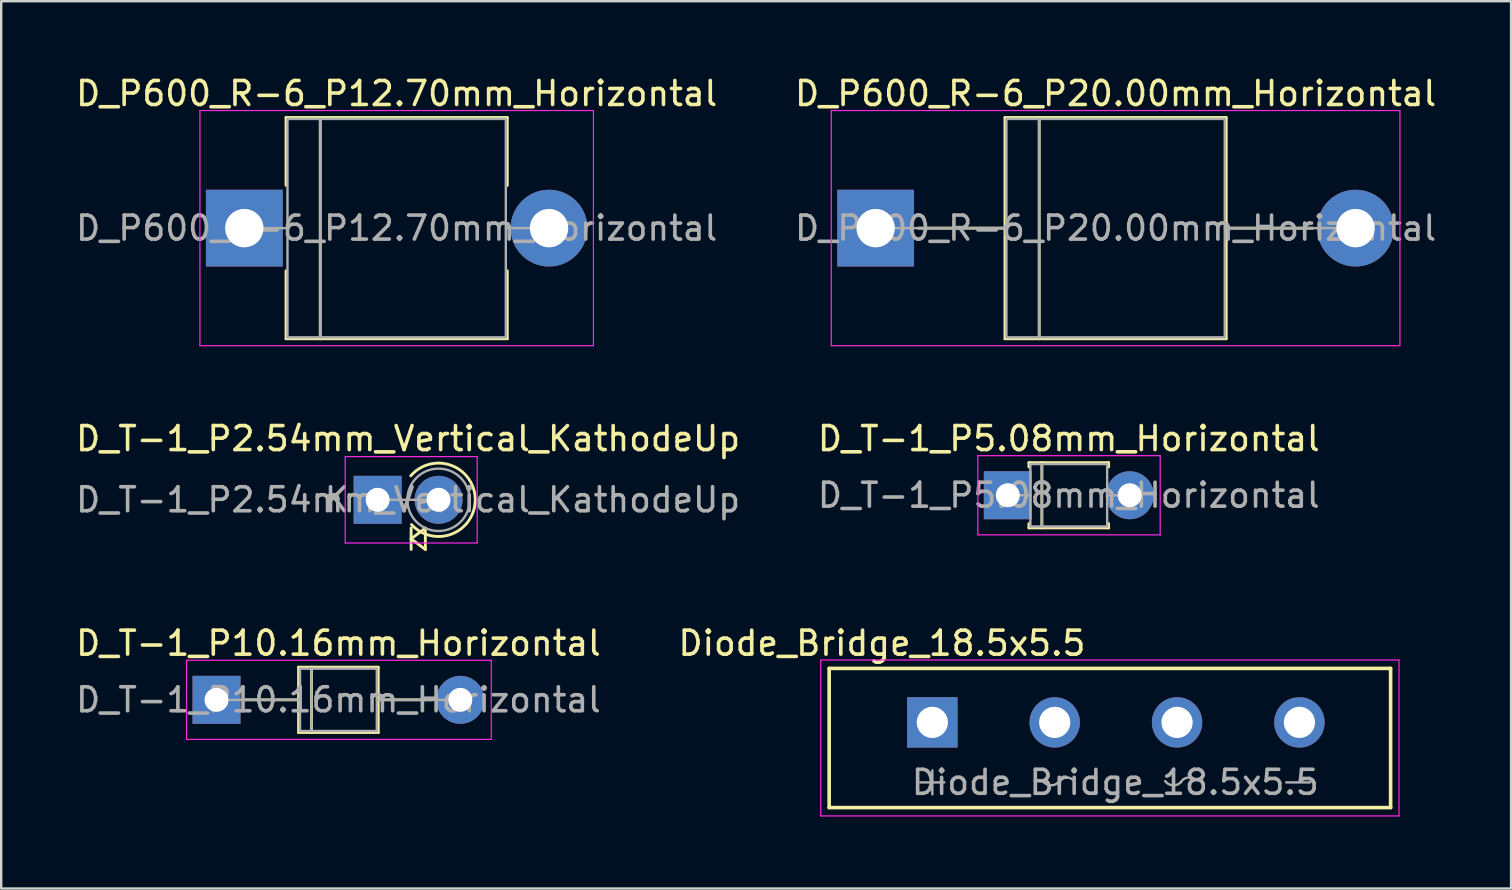
<source format=kicad_pcb>
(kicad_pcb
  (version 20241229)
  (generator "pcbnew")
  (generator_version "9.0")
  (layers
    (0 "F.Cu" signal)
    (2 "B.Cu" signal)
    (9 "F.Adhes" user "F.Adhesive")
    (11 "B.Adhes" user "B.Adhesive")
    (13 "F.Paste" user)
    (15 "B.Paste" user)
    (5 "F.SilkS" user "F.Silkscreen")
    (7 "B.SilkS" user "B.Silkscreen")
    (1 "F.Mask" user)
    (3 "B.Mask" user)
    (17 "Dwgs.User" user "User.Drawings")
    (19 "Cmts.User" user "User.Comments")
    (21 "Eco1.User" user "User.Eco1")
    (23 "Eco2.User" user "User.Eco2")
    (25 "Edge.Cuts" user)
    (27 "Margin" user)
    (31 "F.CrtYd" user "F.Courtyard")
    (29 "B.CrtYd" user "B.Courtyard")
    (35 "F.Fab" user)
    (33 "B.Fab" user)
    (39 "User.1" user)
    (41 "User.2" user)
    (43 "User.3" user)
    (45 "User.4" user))
  (footprint "D_P600_R-6_P20.00mm_Horizontal"
    (layer "F.Cu")
    (at 33.446 6.458)
    (property "Reference" "D_P600_R-6_P20.00mm_Horizontal" (at 10 -5.61 0) (layer "F.SilkS") (effects (font (size 1 1) (thickness 0.15))))
    (attr through_hole)
    (fp_line (start 1.78 0) (end 5.39 0) (stroke (width 0.12) (type solid)) (layer "F.SilkS"))
    (fp_line (start 5.39 -4.61) (end 5.39 4.61) (stroke (width 0.12) (type solid)) (layer "F.SilkS"))
    (fp_line (start 5.39 4.61) (end 14.61 4.61) (stroke (width 0.12) (type solid)) (layer "F.SilkS"))
    (fp_line (start 6.815 -4.61) (end 6.815 4.61) (stroke (width 0.12) (type solid)) (layer "F.SilkS"))
    (fp_line (start 14.61 -4.61) (end 5.39 -4.61) (stroke (width 0.12) (type solid)) (layer "F.SilkS"))
    (fp_line (start 14.61 4.61) (end 14.61 -4.61) (stroke (width 0.12) (type solid)) (layer "F.SilkS"))
    (fp_line (start 18.22 0) (end 14.61 0) (stroke (width 0.12) (type solid)) (layer "F.SilkS"))
    (fp_line (start -1.85 -4.9) (end -1.85 4.9) (stroke (width 0.05) (type solid)) (layer "F.CrtYd"))
    (fp_line (start -1.85 4.9) (end 21.85 4.9) (stroke (width 0.05) (type solid)) (layer "F.CrtYd"))
    (fp_line (start 21.85 -4.9) (end -1.85 -4.9) (stroke (width 0.05) (type solid)) (layer "F.CrtYd"))
    (fp_line (start 21.85 4.9) (end 21.85 -4.9) (stroke (width 0.05) (type solid)) (layer "F.CrtYd"))
    (fp_line (start 0 0) (end 5.45 0) (stroke (width 0.1) (type solid)) (layer "F.Fab"))
    (fp_line (start 5.45 -4.55) (end 5.45 4.55) (stroke (width 0.1) (type solid)) (layer "F.Fab"))
    (fp_line (start 5.45 4.55) (end 14.55 4.55) (stroke (width 0.1) (type solid)) (layer "F.Fab"))
    (fp_line (start 6.815 -4.55) (end 6.815 4.55) (stroke (width 0.1) (type solid)) (layer "F.Fab"))
    (fp_line (start 14.55 -4.55) (end 5.45 -4.55) (stroke (width 0.1) (type solid)) (layer "F.Fab"))
    (fp_line (start 14.55 4.55) (end 14.55 -4.55) (stroke (width 0.1) (type solid)) (layer "F.Fab"))
    (fp_line (start 20 0) (end 14.55 0) (stroke (width 0.1) (type solid)) (layer "F.Fab"))
    (fp_text user "${REFERENCE}" (at 10 0 0) (layer "F.Fab") (effects (font (size 1 1) (thickness 0.15))))
    (pad "1" thru_hole rect (at 0 0) (size 3.2 3.2) (drill 1.6) (layers "*.Cu" "*.Mask"))
    (pad "2" thru_hole oval (at 20 0) (size 3.2 3.2) (drill 1.6) (layers "*.Cu" "*.Mask")))
  (footprint "Diode_Bridge_18.5x5.5"
    (layer "F.Cu")
    (at 51.108 27.058)
    (property "Reference" "Diode_Bridge_18.5x5.5" (at -17.4 -3.3 0) (layer "F.SilkS") (effects (font (size 1 1) (thickness 0.15))))
    (attr through_hole)
    (fp_line (start -19.6 -2.25) (end 3.8 -2.25) (stroke (width 0.15) (type solid)) (layer "F.SilkS"))
    (fp_line (start -19.6 3.55) (end -19.6 -2.25) (stroke (width 0.15) (type solid)) (layer "F.SilkS"))
    (fp_line (start 3.8 -2.25) (end 3.8 3.55) (stroke (width 0.15) (type solid)) (layer "F.SilkS"))
    (fp_line (start 3.8 3.55) (end -19.6 3.55) (stroke (width 0.15) (type solid)) (layer "F.SilkS"))
    (fp_line (start -19.95 -2.6) (end 4.15 -2.6) (stroke (width 0.05) (type solid)) (layer "F.CrtYd"))
    (fp_line (start -19.95 3.9) (end -19.95 -2.6) (stroke (width 0.05) (type solid)) (layer "F.CrtYd"))
    (fp_line (start 4.15 -2.6) (end 4.15 3.9) (stroke (width 0.05) (type solid)) (layer "F.CrtYd"))
    (fp_line (start 4.15 3.9) (end -19.95 3.9) (stroke (width 0.05) (type solid)) (layer "F.CrtYd"))
    (fp_line (start -15.8 2.5) (end -14.8 2.5) (stroke (width 0.1) (type solid)) (layer "F.Fab"))
    (fp_line (start -15.3 2) (end -15.3 3) (stroke (width 0.1) (type solid)) (layer "F.Fab"))
    (fp_line (start -0.55 2.5) (end 0.45 2.5) (stroke (width 0.1) (type solid)) (layer "F.Fab"))
    (fp_arc (start -10.05 2.5) (mid -10.386977 2.62265) (end -10.697537 2.443348) (stroke (width 0.1) (type solid)) (layer "F.Fab"))
    (fp_arc (start -10.05 2.5) (mid -9.771767 2.303327) (end -9.442262 2.390047) (stroke (width 0.1) (type solid)) (layer "F.Fab"))
    (fp_arc (start -4.95 2.5) (mid -5.286977 2.62265) (end -5.597537 2.443348) (stroke (width 0.1) (type solid)) (layer "F.Fab"))
    (fp_arc (start -4.95 2.5) (mid -4.671767 2.303327) (end -4.342262 2.390047) (stroke (width 0.1) (type solid)) (layer "F.Fab"))
    (fp_text user "${REFERENCE}" (at -7.675 2.5 0) (layer "F.Fab") (effects (font (size 1 1) (thickness 0.15))))
    (pad "1" thru_hole circle (at 0 0) (size 2.1 2.1) (drill 1.3) (layers "*.Cu" "*.Mask"))
    (pad "2" thru_hole circle (at -10.2 0) (size 2.1 2.1) (drill 1.3) (layers "*.Cu" "*.Mask"))
    (pad "3" thru_hole rect (at -15.3 0) (size 2.1 2.1) (drill 1.3) (layers "*.Cu" "*.Mask"))
    (pad "4" thru_hole circle (at -5.1 0) (size 2.1 2.1) (drill 1.3) (layers "*.Cu" "*.Mask")))
  (footprint "D_T-1_P2.54mm_Vertical_KathodeUp"
    (layer "F.Cu")
    (at 12.688 17.781)
    (property "Reference" "D_T-1_P2.54mm_Vertical_KathodeUp" (at 1.27 -2.549 0) (layer "F.SilkS") (effects (font (size 1 1) (thickness 0.15))))
    (attr through_hole)
    (fp_line (start 1.397 1.18) (end 1.397 2.069) (stroke (width 0.12) (type solid)) (layer "F.SilkS"))
    (fp_line (start 1.397 1.625) (end 1.99 1.18) (stroke (width 0.12) (type solid)) (layer "F.SilkS"))
    (fp_line (start 1.99 1.18) (end 1.99 2.069) (stroke (width 0.12) (type solid)) (layer "F.SilkS"))
    (fp_line (start 1.99 2.069) (end 1.397 1.625) (stroke (width 0.12) (type solid)) (layer "F.SilkS"))
    (fp_arc (start 1.382778 -1) (mid 4.069276 -0.021846) (end 1.411815 1.032648) (stroke (width 0.12) (type solid)) (layer "F.SilkS"))
    (fp_line (start -1.35 -1.8) (end -1.35 1.8) (stroke (width 0.05) (type solid)) (layer "F.CrtYd"))
    (fp_line (start -1.35 1.8) (end 4.15 1.8) (stroke (width 0.05) (type solid)) (layer "F.CrtYd"))
    (fp_line (start 4.15 -1.8) (end -1.35 -1.8) (stroke (width 0.05) (type solid)) (layer "F.CrtYd"))
    (fp_line (start 4.15 1.8) (end 4.15 -1.8) (stroke (width 0.05) (type solid)) (layer "F.CrtYd"))
    (fp_line (start 0 0) (end 2.54 0) (stroke (width 0.1) (type solid)) (layer "F.Fab"))
    (fp_circle (center 2.54 0) (end 3.84 0) (stroke (width 0.1) (type solid)) (fill no) (layer "F.Fab"))
    (fp_text user "K" (at -1.7 0 0) (layer "F.Fab") (effects (font (size 1 1) (thickness 0.15))))
    (fp_text user "${REFERENCE}" (at 1.27 0 0) (layer "F.Fab") (effects (font (size 1 1) (thickness 0.15))))
    (pad "1" thru_hole rect (at 0 0) (size 2 2) (drill 1) (layers "*.Cu" "*.Mask"))
    (pad "2" thru_hole oval (at 2.54 0) (size 2 2) (drill 1) (layers "*.Cu" "*.Mask")))
  (footprint "D_T-1_P5.08mm_Horizontal"
    (layer "F.Cu")
    (at 38.954 17.591)
    (property "Reference" "D_T-1_P5.08mm_Horizontal" (at 2.54 -2.36 0) (layer "F.SilkS") (effects (font (size 1 1) (thickness 0.15))))
    (attr through_hole)
    (fp_line (start 0.88 -1.36) (end 4.2 -1.36) (stroke (width 0.12) (type solid)) (layer "F.SilkS"))
    (fp_line (start 0.88 -1.18) (end 0.88 -1.36) (stroke (width 0.12) (type solid)) (layer "F.SilkS"))
    (fp_line (start 0.88 1.18) (end 0.88 1.36) (stroke (width 0.12) (type solid)) (layer "F.SilkS"))
    (fp_line (start 0.88 1.36) (end 4.2 1.36) (stroke (width 0.12) (type solid)) (layer "F.SilkS"))
    (fp_line (start 1.42 -1.36) (end 1.42 1.36) (stroke (width 0.12) (type solid)) (layer "F.SilkS"))
    (fp_line (start 4.2 -1.36) (end 4.2 -1.18) (stroke (width 0.12) (type solid)) (layer "F.SilkS"))
    (fp_line (start 4.2 1.36) (end 4.2 1.18) (stroke (width 0.12) (type solid)) (layer "F.SilkS"))
    (fp_line (start -1.25 -1.65) (end -1.25 1.65) (stroke (width 0.05) (type solid)) (layer "F.CrtYd"))
    (fp_line (start -1.25 1.65) (end 6.35 1.65) (stroke (width 0.05) (type solid)) (layer "F.CrtYd"))
    (fp_line (start 6.35 -1.65) (end -1.25 -1.65) (stroke (width 0.05) (type solid)) (layer "F.CrtYd"))
    (fp_line (start 6.35 1.65) (end 6.35 -1.65) (stroke (width 0.05) (type solid)) (layer "F.CrtYd"))
    (fp_line (start 0 0) (end 0.94 0) (stroke (width 0.1) (type solid)) (layer "F.Fab"))
    (fp_line (start 0.94 -1.3) (end 0.94 1.3) (stroke (width 0.1) (type solid)) (layer "F.Fab"))
    (fp_line (start 0.94 1.3) (end 4.14 1.3) (stroke (width 0.1) (type solid)) (layer "F.Fab"))
    (fp_line (start 1.42 -1.3) (end 1.42 1.3) (stroke (width 0.1) (type solid)) (layer "F.Fab"))
    (fp_line (start 4.14 -1.3) (end 0.94 -1.3) (stroke (width 0.1) (type solid)) (layer "F.Fab"))
    (fp_line (start 4.14 1.3) (end 4.14 -1.3) (stroke (width 0.1) (type solid)) (layer "F.Fab"))
    (fp_line (start 5.08 0) (end 4.14 0) (stroke (width 0.1) (type solid)) (layer "F.Fab"))
    (fp_text user "${REFERENCE}" (at 2.54 0 0) (layer "F.Fab") (effects (font (size 1 1) (thickness 0.15))))
    (pad "1" thru_hole rect (at 0 0) (size 2 2) (drill 1) (layers "*.Cu" "*.Mask"))
    (pad "2" thru_hole oval (at 5.08 0) (size 2 2) (drill 1) (layers "*.Cu" "*.Mask")))
  (footprint "D_P600_R-6_P12.70mm_Horizontal"
    (layer "F.Cu")
    (at 7.132 6.458)
    (property "Reference" "D_P600_R-6_P12.70mm_Horizontal" (at 6.35 -5.61 0) (layer "F.SilkS") (effects (font (size 1 1) (thickness 0.15))))
    (attr through_hole)
    (fp_line (start 1.74 -4.61) (end 10.96 -4.61) (stroke (width 0.12) (type solid)) (layer "F.SilkS"))
    (fp_line (start 1.74 -1.78) (end 1.74 -4.61) (stroke (width 0.12) (type solid)) (layer "F.SilkS"))
    (fp_line (start 1.74 1.78) (end 1.74 4.61) (stroke (width 0.12) (type solid)) (layer "F.SilkS"))
    (fp_line (start 1.74 4.61) (end 10.96 4.61) (stroke (width 0.12) (type solid)) (layer "F.SilkS"))
    (fp_line (start 3.165 -4.61) (end 3.165 4.61) (stroke (width 0.12) (type solid)) (layer "F.SilkS"))
    (fp_line (start 10.96 -4.61) (end 10.96 -1.78) (stroke (width 0.12) (type solid)) (layer "F.SilkS"))
    (fp_line (start 10.96 4.61) (end 10.96 1.78) (stroke (width 0.12) (type solid)) (layer "F.SilkS"))
    (fp_line (start -1.85 -4.9) (end -1.85 4.9) (stroke (width 0.05) (type solid)) (layer "F.CrtYd"))
    (fp_line (start -1.85 4.9) (end 14.55 4.9) (stroke (width 0.05) (type solid)) (layer "F.CrtYd"))
    (fp_line (start 14.55 -4.9) (end -1.85 -4.9) (stroke (width 0.05) (type solid)) (layer "F.CrtYd"))
    (fp_line (start 14.55 4.9) (end 14.55 -4.9) (stroke (width 0.05) (type solid)) (layer "F.CrtYd"))
    (fp_line (start 0 0) (end 1.8 0) (stroke (width 0.1) (type solid)) (layer "F.Fab"))
    (fp_line (start 1.8 -4.55) (end 1.8 4.55) (stroke (width 0.1) (type solid)) (layer "F.Fab"))
    (fp_line (start 1.8 4.55) (end 10.9 4.55) (stroke (width 0.1) (type solid)) (layer "F.Fab"))
    (fp_line (start 3.165 -4.55) (end 3.165 4.55) (stroke (width 0.1) (type solid)) (layer "F.Fab"))
    (fp_line (start 10.9 -4.55) (end 1.8 -4.55) (stroke (width 0.1) (type solid)) (layer "F.Fab"))
    (fp_line (start 10.9 4.55) (end 10.9 -4.55) (stroke (width 0.1) (type solid)) (layer "F.Fab"))
    (fp_line (start 12.7 0) (end 10.9 0) (stroke (width 0.1) (type solid)) (layer "F.Fab"))
    (fp_text user "${REFERENCE}" (at 6.35 0 0) (layer "F.Fab") (effects (font (size 1 1) (thickness 0.15))))
    (pad "1" thru_hole rect (at 0 0) (size 3.2 3.2) (drill 1.6) (layers "*.Cu" "*.Mask"))
    (pad "2" thru_hole oval (at 12.7 0) (size 3.2 3.2) (drill 1.6) (layers "*.Cu" "*.Mask")))
  (footprint "D_T-1_P10.16mm_Horizontal"
    (layer "F.Cu")
    (at 5.974 26.118)
    (property "Reference" "D_T-1_P10.16mm_Horizontal" (at 5.08 -2.36 0) (layer "F.SilkS") (effects (font (size 1 1) (thickness 0.15))))
    (attr through_hole)
    (fp_line (start 1.18 0) (end 3.42 0) (stroke (width 0.12) (type solid)) (layer "F.SilkS"))
    (fp_line (start 3.42 -1.36) (end 3.42 1.36) (stroke (width 0.12) (type solid)) (layer "F.SilkS"))
    (fp_line (start 3.42 1.36) (end 6.74 1.36) (stroke (width 0.12) (type solid)) (layer "F.SilkS"))
    (fp_line (start 3.96 -1.36) (end 3.96 1.36) (stroke (width 0.12) (type solid)) (layer "F.SilkS"))
    (fp_line (start 6.74 -1.36) (end 3.42 -1.36) (stroke (width 0.12) (type solid)) (layer "F.SilkS"))
    (fp_line (start 6.74 1.36) (end 6.74 -1.36) (stroke (width 0.12) (type solid)) (layer "F.SilkS"))
    (fp_line (start 8.98 0) (end 6.74 0) (stroke (width 0.12) (type solid)) (layer "F.SilkS"))
    (fp_line (start -1.25 -1.65) (end -1.25 1.65) (stroke (width 0.05) (type solid)) (layer "F.CrtYd"))
    (fp_line (start -1.25 1.65) (end 11.45 1.65) (stroke (width 0.05) (type solid)) (layer "F.CrtYd"))
    (fp_line (start 11.45 -1.65) (end -1.25 -1.65) (stroke (width 0.05) (type solid)) (layer "F.CrtYd"))
    (fp_line (start 11.45 1.65) (end 11.45 -1.65) (stroke (width 0.05) (type solid)) (layer "F.CrtYd"))
    (fp_line (start 0 0) (end 3.48 0) (stroke (width 0.1) (type solid)) (layer "F.Fab"))
    (fp_line (start 3.48 -1.3) (end 3.48 1.3) (stroke (width 0.1) (type solid)) (layer "F.Fab"))
    (fp_line (start 3.48 1.3) (end 6.68 1.3) (stroke (width 0.1) (type solid)) (layer "F.Fab"))
    (fp_line (start 3.96 -1.3) (end 3.96 1.3) (stroke (width 0.1) (type solid)) (layer "F.Fab"))
    (fp_line (start 6.68 -1.3) (end 3.48 -1.3) (stroke (width 0.1) (type solid)) (layer "F.Fab"))
    (fp_line (start 6.68 1.3) (end 6.68 -1.3) (stroke (width 0.1) (type solid)) (layer "F.Fab"))
    (fp_line (start 10.16 0) (end 6.68 0) (stroke (width 0.1) (type solid)) (layer "F.Fab"))
    (fp_text user "${REFERENCE}" (at 5.08 0 0) (layer "F.Fab") (effects (font (size 1 1) (thickness 0.15))))
    (pad "1" thru_hole rect (at 0 0) (size 2 2) (drill 1) (layers "*.Cu" "*.Mask"))
    (pad "2" thru_hole oval (at 10.16 0) (size 2 2) (drill 1) (layers "*.Cu" "*.Mask")))
  (gr_rect
    (start -3 -3)
    (end 59.929 33.983)
    (stroke (width 0.1) (type default))
    (fill no)
    (layer "Edge.Cuts")))
</source>
